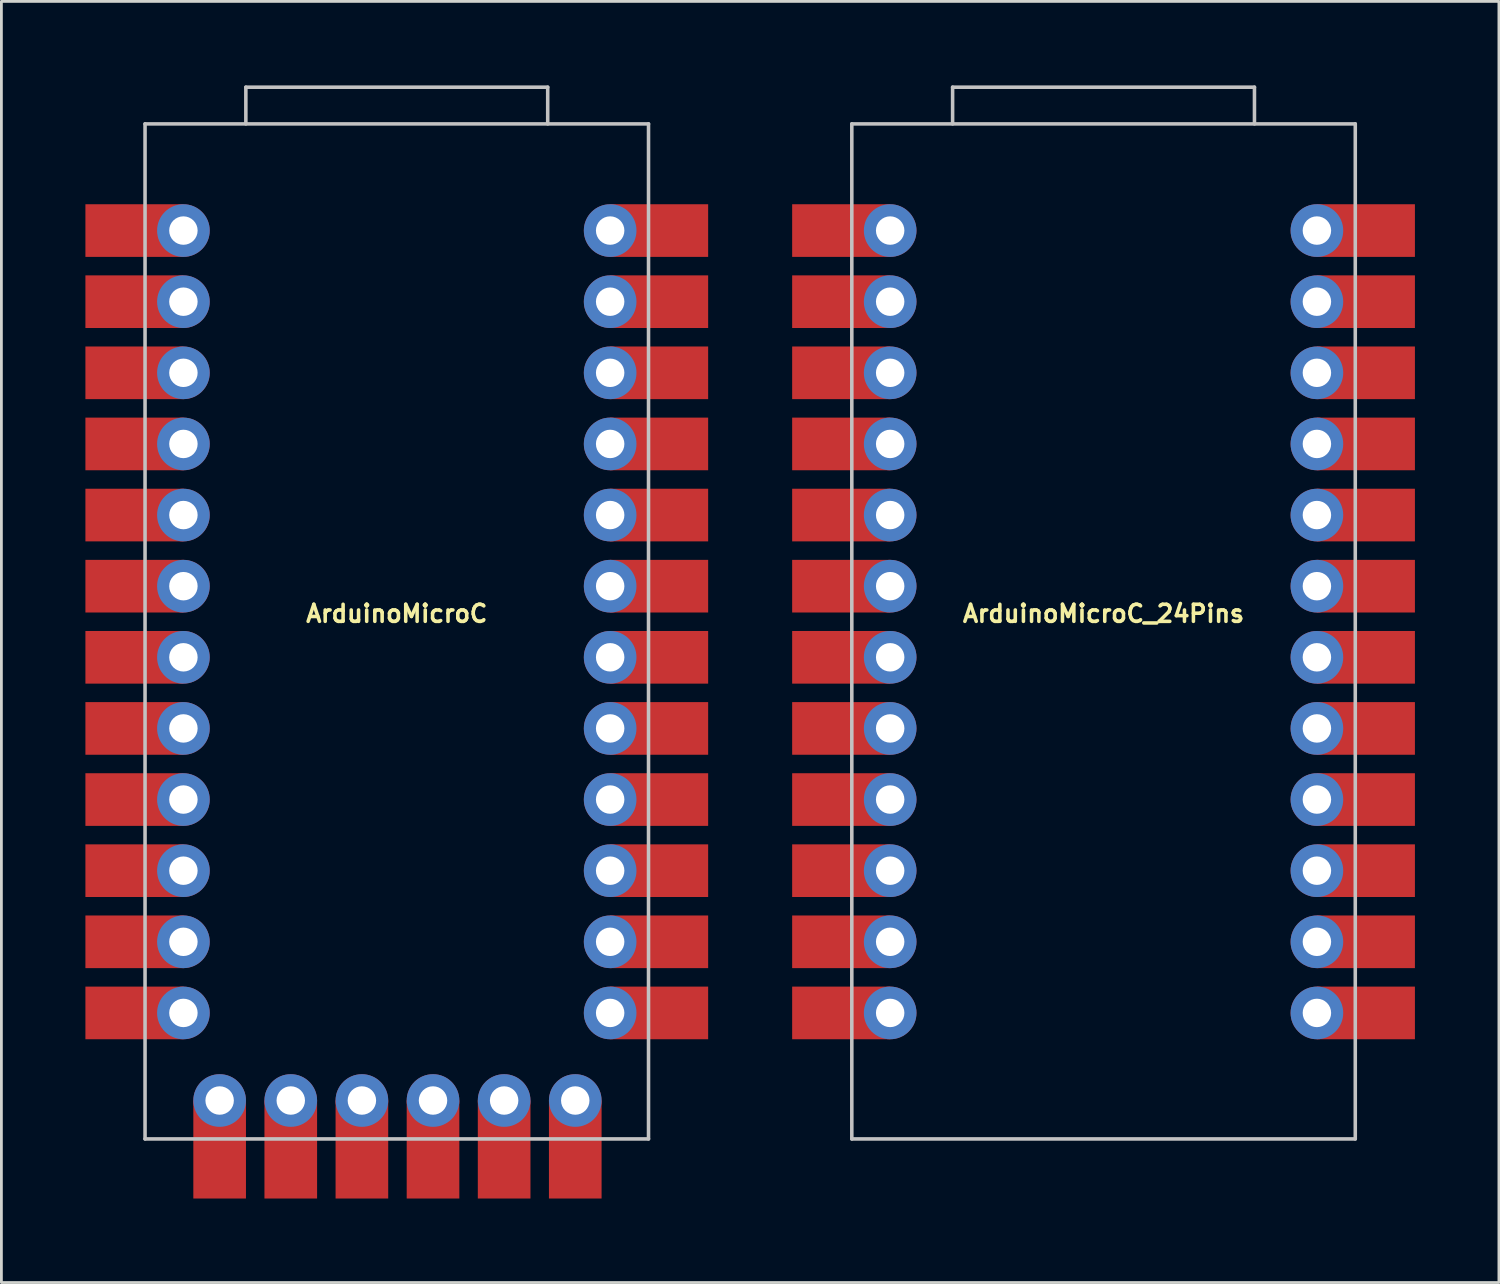
<source format=kicad_pcb>
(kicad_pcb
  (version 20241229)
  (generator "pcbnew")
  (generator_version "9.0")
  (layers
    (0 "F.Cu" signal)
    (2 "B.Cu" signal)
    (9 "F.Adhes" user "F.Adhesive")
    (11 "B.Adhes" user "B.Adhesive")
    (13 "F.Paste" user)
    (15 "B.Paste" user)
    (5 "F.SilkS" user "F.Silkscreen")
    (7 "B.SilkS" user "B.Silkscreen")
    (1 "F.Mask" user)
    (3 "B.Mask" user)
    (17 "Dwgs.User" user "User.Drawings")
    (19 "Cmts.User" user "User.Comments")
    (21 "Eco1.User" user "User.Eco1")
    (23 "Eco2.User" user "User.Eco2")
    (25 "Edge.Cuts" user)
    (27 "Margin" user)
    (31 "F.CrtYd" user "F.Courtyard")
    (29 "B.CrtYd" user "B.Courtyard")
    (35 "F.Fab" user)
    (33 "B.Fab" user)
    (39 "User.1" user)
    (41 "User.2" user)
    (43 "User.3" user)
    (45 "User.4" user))
  (footprint "ArduinoMicroC"
    (layer "F.Cu")
    (at 11.12 19.499)
    (property "Reference" "ArduinoMicroC" (at 0 -0.635 0) (layer "F.SilkS") (effects (font (size 0.61 0.61) (thickness 0.127))))
    (attr exclude_from_pos_files exclude_from_bom)
    (fp_line (start -8.99 -18.125) (end -8.99 18.125) (stroke (width 0.127) (type solid)) (layer "Dwgs.User"))
    (fp_line (start -8.99 18.125) (end 8.99 18.125) (stroke (width 0.127) (type solid)) (layer "Dwgs.User"))
    (fp_line (start -5.39 -19.435) (end -5.39 -18.125) (stroke (width 0.127) (type solid)) (layer "Dwgs.User"))
    (fp_line (start -5.39 -19.435) (end 5.39 -19.435) (stroke (width 0.127) (type solid)) (layer "Dwgs.User"))
    (fp_line (start 5.39 -19.435) (end 5.39 -18.125) (stroke (width 0.127) (type solid)) (layer "Dwgs.User"))
    (fp_line (start 8.99 -18.125) (end -8.99 -18.125) (stroke (width 0.127) (type solid)) (layer "Dwgs.User"))
    (fp_line (start 8.99 -18.125) (end 8.99 18.125) (stroke (width 0.127) (type solid)) (layer "Dwgs.User"))
    (pad "1" smd rect (at -9.37 -14.315 90) (size 1.88 3.5) (layers "F.Cu" "F.Mask" "F.Paste"))
    (pad "1" thru_hole circle (at -7.62 -14.315) (size 1.88 1.88) (drill 1.016) (layers "*.Cu" "*.Mask"))
    (pad "2" smd rect (at -9.37 -11.775 90) (size 1.88 3.5) (layers "F.Cu" "F.Mask" "F.Paste"))
    (pad "2" thru_hole circle (at -7.62 -11.775) (size 1.88 1.88) (drill 1.016) (layers "*.Cu" "*.Mask"))
    (pad "3" smd rect (at -9.37 -9.235 90) (size 1.88 3.5) (layers "F.Cu" "F.Mask" "F.Paste"))
    (pad "3" thru_hole circle (at -7.62 -9.235) (size 1.88 1.88) (drill 1.016) (layers "*.Cu" "*.Mask"))
    (pad "4" smd rect (at -9.37 -6.695 90) (size 1.88 3.5) (layers "F.Cu" "F.Mask" "F.Paste"))
    (pad "4" thru_hole circle (at -7.62 -6.695) (size 1.88 1.88) (drill 1.016) (layers "*.Cu" "*.Mask"))
    (pad "5" smd rect (at -9.37 -4.155 90) (size 1.88 3.5) (layers "F.Cu" "F.Mask" "F.Paste"))
    (pad "5" thru_hole circle (at -7.62 -4.155) (size 1.88 1.88) (drill 1.016) (layers "*.Cu" "*.Mask"))
    (pad "6" smd rect (at -9.37 -1.615 90) (size 1.88 3.5) (layers "F.Cu" "F.Mask" "F.Paste"))
    (pad "6" thru_hole circle (at -7.62 -1.615) (size 1.88 1.88) (drill 1.016) (layers "*.Cu" "*.Mask"))
    (pad "7" smd rect (at -9.37 0.925 90) (size 1.88 3.5) (layers "F.Cu" "F.Mask" "F.Paste"))
    (pad "7" thru_hole circle (at -7.62 0.925) (size 1.88 1.88) (drill 1.016) (layers "*.Cu" "*.Mask"))
    (pad "8" smd rect (at -9.37 3.465 90) (size 1.88 3.5) (layers "F.Cu" "F.Mask" "F.Paste"))
    (pad "8" thru_hole circle (at -7.62 3.465) (size 1.88 1.88) (drill 1.016) (layers "*.Cu" "*.Mask"))
    (pad "9" smd rect (at -9.37 6.005 90) (size 1.88 3.5) (layers "F.Cu" "F.Mask" "F.Paste"))
    (pad "9" thru_hole circle (at -7.62 6.005) (size 1.88 1.88) (drill 1.016) (layers "*.Cu" "*.Mask"))
    (pad "10" smd rect (at -9.37 8.545 90) (size 1.88 3.5) (layers "F.Cu" "F.Mask" "F.Paste"))
    (pad "10" thru_hole circle (at -7.62 8.545) (size 1.88 1.88) (drill 1.016) (layers "*.Cu" "*.Mask"))
    (pad "11" smd rect (at -9.37 11.085 90) (size 1.88 3.5) (layers "F.Cu" "F.Mask" "F.Paste"))
    (pad "11" thru_hole circle (at -7.62 11.085) (size 1.88 1.88) (drill 1.016) (layers "*.Cu" "*.Mask"))
    (pad "12" smd rect (at -9.37 13.625 90) (size 1.88 3.5) (layers "F.Cu" "F.Mask" "F.Paste"))
    (pad "12" thru_hole circle (at -7.62 13.625) (size 1.88 1.88) (drill 1.016) (layers "*.Cu" "*.Mask"))
    (pad "13" thru_hole circle (at 7.62 13.625) (size 1.88 1.88) (drill 1.016) (layers "*.Cu" "*.Mask"))
    (pad "13" smd rect (at 9.37 13.625 90) (size 1.88 3.5) (layers "F.Cu" "F.Mask" "F.Paste"))
    (pad "14" thru_hole circle (at 7.62 11.085) (size 1.88 1.88) (drill 1.016) (layers "*.Cu" "*.Mask"))
    (pad "14" smd rect (at 9.37 11.085 90) (size 1.88 3.5) (layers "F.Cu" "F.Mask" "F.Paste"))
    (pad "15" thru_hole circle (at 7.62 8.545) (size 1.88 1.88) (drill 1.016) (layers "*.Cu" "*.Mask"))
    (pad "15" smd rect (at 9.37 8.545 90) (size 1.88 3.5) (layers "F.Cu" "F.Mask" "F.Paste"))
    (pad "16" thru_hole circle (at 7.62 6.005) (size 1.88 1.88) (drill 1.016) (layers "*.Cu" "*.Mask"))
    (pad "16" smd rect (at 9.37 6.005 90) (size 1.88 3.5) (layers "F.Cu" "F.Mask" "F.Paste"))
    (pad "17" thru_hole circle (at 7.62 3.465) (size 1.88 1.88) (drill 1.016) (layers "*.Cu" "*.Mask"))
    (pad "17" smd rect (at 9.37 3.465 90) (size 1.88 3.5) (layers "F.Cu" "F.Mask" "F.Paste"))
    (pad "18" thru_hole circle (at 7.62 0.925) (size 1.88 1.88) (drill 1.016) (layers "*.Cu" "*.Mask"))
    (pad "18" smd rect (at 9.37 0.925 90) (size 1.88 3.5) (layers "F.Cu" "F.Mask" "F.Paste"))
    (pad "19" thru_hole circle (at 7.62 -1.615) (size 1.88 1.88) (drill 1.016) (layers "*.Cu" "*.Mask"))
    (pad "19" smd rect (at 9.37 -1.615 90) (size 1.88 3.5) (layers "F.Cu" "F.Mask" "F.Paste"))
    (pad "20" thru_hole circle (at 7.62 -4.155) (size 1.88 1.88) (drill 1.016) (layers "*.Cu" "*.Mask"))
    (pad "20" smd rect (at 9.37 -4.155 90) (size 1.88 3.5) (layers "F.Cu" "F.Mask" "F.Paste"))
    (pad "21" thru_hole circle (at 7.62 -6.695) (size 1.88 1.88) (drill 1.016) (layers "*.Cu" "*.Mask"))
    (pad "21" smd rect (at 9.37 -6.695 90) (size 1.88 3.5) (layers "F.Cu" "F.Mask" "F.Paste"))
    (pad "22" thru_hole circle (at 7.62 -9.235) (size 1.88 1.88) (drill 1.016) (layers "*.Cu" "*.Mask"))
    (pad "22" smd rect (at 9.37 -9.235 90) (size 1.88 3.5) (layers "F.Cu" "F.Mask" "F.Paste"))
    (pad "23" thru_hole circle (at 7.62 -11.775) (size 1.88 1.88) (drill 1.016) (layers "*.Cu" "*.Mask"))
    (pad "23" smd rect (at 9.37 -11.775 90) (size 1.88 3.5) (layers "F.Cu" "F.Mask" "F.Paste"))
    (pad "24" thru_hole circle (at 7.62 -14.315) (size 1.88 1.88) (drill 1.016) (layers "*.Cu" "*.Mask"))
    (pad "24" smd rect (at 9.37 -14.315 90) (size 1.88 3.5) (layers "F.Cu" "F.Mask" "F.Paste"))
    (pad "25" thru_hole circle (at -6.326 16.753 90) (size 1.88 1.88) (drill 1.016) (layers "*.Cu" "*.Mask"))
    (pad "25" smd rect (at -6.326 18.503 90) (size 3.5 1.88) (layers "F.Cu" "F.Mask" "F.Paste"))
    (pad "26" thru_hole circle (at -3.786 16.753 90) (size 1.88 1.88) (drill 1.016) (layers "*.Cu" "*.Mask"))
    (pad "26" smd rect (at -3.786 18.503 90) (size 3.5 1.88) (layers "F.Cu" "F.Mask" "F.Paste"))
    (pad "27" thru_hole circle (at -1.246 16.753 90) (size 1.88 1.88) (drill 1.016) (layers "*.Cu" "*.Mask"))
    (pad "27" smd rect (at -1.246 18.503 90) (size 3.5 1.88) (layers "F.Cu" "F.Mask" "F.Paste"))
    (pad "28" thru_hole circle (at 1.294 16.753 90) (size 1.88 1.88) (drill 1.016) (layers "*.Cu" "*.Mask"))
    (pad "28" smd rect (at 1.294 18.503 90) (size 3.5 1.88) (layers "F.Cu" "F.Mask" "F.Paste"))
    (pad "29" thru_hole circle (at 3.834 16.753 90) (size 1.88 1.88) (drill 1.016) (layers "*.Cu" "*.Mask"))
    (pad "29" smd rect (at 3.834 18.503 90) (size 3.5 1.88) (layers "F.Cu" "F.Mask" "F.Paste"))
    (pad "30" thru_hole circle (at 6.374 16.753 90) (size 1.88 1.88) (drill 1.016) (layers "*.Cu" "*.Mask"))
    (pad "30" smd rect (at 6.374 18.503 90) (size 3.5 1.88) (layers "F.Cu" "F.Mask" "F.Paste")))
  (footprint "ArduinoMicroC_24Pins"
    (layer "F.Cu")
    (at 36.36 19.499)
    (property "Reference" "ArduinoMicroC_24Pins" (at 0 -0.635 0) (layer "F.SilkS") (effects (font (size 0.61 0.61) (thickness 0.127))))
    (attr exclude_from_pos_files exclude_from_bom)
    (fp_line (start -8.99 -18.125) (end -8.99 18.125) (stroke (width 0.127) (type solid)) (layer "Dwgs.User"))
    (fp_line (start -8.99 18.125) (end 8.99 18.125) (stroke (width 0.127) (type solid)) (layer "Dwgs.User"))
    (fp_line (start -5.39 -19.435) (end -5.39 -18.125) (stroke (width 0.127) (type solid)) (layer "Dwgs.User"))
    (fp_line (start -5.39 -19.435) (end 5.39 -19.435) (stroke (width 0.127) (type solid)) (layer "Dwgs.User"))
    (fp_line (start 5.39 -19.435) (end 5.39 -18.125) (stroke (width 0.127) (type solid)) (layer "Dwgs.User"))
    (fp_line (start 8.99 -18.125) (end -8.99 -18.125) (stroke (width 0.127) (type solid)) (layer "Dwgs.User"))
    (fp_line (start 8.99 -18.125) (end 8.99 18.125) (stroke (width 0.127) (type solid)) (layer "Dwgs.User"))
    (pad "1" smd rect (at -9.37 -14.315 90) (size 1.88 3.5) (layers "F.Cu" "F.Mask" "F.Paste"))
    (pad "1" thru_hole circle (at -7.62 -14.315) (size 1.88 1.88) (drill 1.016) (layers "*.Cu" "*.Mask"))
    (pad "2" smd rect (at -9.37 -11.775 90) (size 1.88 3.5) (layers "F.Cu" "F.Mask" "F.Paste"))
    (pad "2" thru_hole circle (at -7.62 -11.775) (size 1.88 1.88) (drill 1.016) (layers "*.Cu" "*.Mask"))
    (pad "3" smd rect (at -9.37 -9.235 90) (size 1.88 3.5) (layers "F.Cu" "F.Mask" "F.Paste"))
    (pad "3" thru_hole circle (at -7.62 -9.235) (size 1.88 1.88) (drill 1.016) (layers "*.Cu" "*.Mask"))
    (pad "4" smd rect (at -9.37 -6.695 90) (size 1.88 3.5) (layers "F.Cu" "F.Mask" "F.Paste"))
    (pad "4" thru_hole circle (at -7.62 -6.695) (size 1.88 1.88) (drill 1.016) (layers "*.Cu" "*.Mask"))
    (pad "5" smd rect (at -9.37 -4.155 90) (size 1.88 3.5) (layers "F.Cu" "F.Mask" "F.Paste"))
    (pad "5" thru_hole circle (at -7.62 -4.155) (size 1.88 1.88) (drill 1.016) (layers "*.Cu" "*.Mask"))
    (pad "6" smd rect (at -9.37 -1.615 90) (size 1.88 3.5) (layers "F.Cu" "F.Mask" "F.Paste"))
    (pad "6" thru_hole circle (at -7.62 -1.615) (size 1.88 1.88) (drill 1.016) (layers "*.Cu" "*.Mask"))
    (pad "7" smd rect (at -9.37 0.925 90) (size 1.88 3.5) (layers "F.Cu" "F.Mask" "F.Paste"))
    (pad "7" thru_hole circle (at -7.62 0.925) (size 1.88 1.88) (drill 1.016) (layers "*.Cu" "*.Mask"))
    (pad "8" smd rect (at -9.37 3.465 90) (size 1.88 3.5) (layers "F.Cu" "F.Mask" "F.Paste"))
    (pad "8" thru_hole circle (at -7.62 3.465) (size 1.88 1.88) (drill 1.016) (layers "*.Cu" "*.Mask"))
    (pad "9" smd rect (at -9.37 6.005 90) (size 1.88 3.5) (layers "F.Cu" "F.Mask" "F.Paste"))
    (pad "9" thru_hole circle (at -7.62 6.005) (size 1.88 1.88) (drill 1.016) (layers "*.Cu" "*.Mask"))
    (pad "10" smd rect (at -9.37 8.545 90) (size 1.88 3.5) (layers "F.Cu" "F.Mask" "F.Paste"))
    (pad "10" thru_hole circle (at -7.62 8.545) (size 1.88 1.88) (drill 1.016) (layers "*.Cu" "*.Mask"))
    (pad "11" smd rect (at -9.37 11.085 90) (size 1.88 3.5) (layers "F.Cu" "F.Mask" "F.Paste"))
    (pad "11" thru_hole circle (at -7.62 11.085) (size 1.88 1.88) (drill 1.016) (layers "*.Cu" "*.Mask"))
    (pad "12" smd rect (at -9.37 13.625 90) (size 1.88 3.5) (layers "F.Cu" "F.Mask" "F.Paste"))
    (pad "12" thru_hole circle (at -7.62 13.625) (size 1.88 1.88) (drill 1.016) (layers "*.Cu" "*.Mask"))
    (pad "13" thru_hole circle (at 7.62 13.625) (size 1.88 1.88) (drill 1.016) (layers "*.Cu" "*.Mask"))
    (pad "13" smd rect (at 9.37 13.625 90) (size 1.88 3.5) (layers "F.Cu" "F.Mask" "F.Paste"))
    (pad "14" thru_hole circle (at 7.62 11.085) (size 1.88 1.88) (drill 1.016) (layers "*.Cu" "*.Mask"))
    (pad "14" smd rect (at 9.37 11.085 90) (size 1.88 3.5) (layers "F.Cu" "F.Mask" "F.Paste"))
    (pad "15" thru_hole circle (at 7.62 8.545) (size 1.88 1.88) (drill 1.016) (layers "*.Cu" "*.Mask"))
    (pad "15" smd rect (at 9.37 8.545 90) (size 1.88 3.5) (layers "F.Cu" "F.Mask" "F.Paste"))
    (pad "16" thru_hole circle (at 7.62 6.005) (size 1.88 1.88) (drill 1.016) (layers "*.Cu" "*.Mask"))
    (pad "16" smd rect (at 9.37 6.005 90) (size 1.88 3.5) (layers "F.Cu" "F.Mask" "F.Paste"))
    (pad "17" thru_hole circle (at 7.62 3.465) (size 1.88 1.88) (drill 1.016) (layers "*.Cu" "*.Mask"))
    (pad "17" smd rect (at 9.37 3.465 90) (size 1.88 3.5) (layers "F.Cu" "F.Mask" "F.Paste"))
    (pad "18" thru_hole circle (at 7.62 0.925) (size 1.88 1.88) (drill 1.016) (layers "*.Cu" "*.Mask"))
    (pad "18" smd rect (at 9.37 0.925 90) (size 1.88 3.5) (layers "F.Cu" "F.Mask" "F.Paste"))
    (pad "19" thru_hole circle (at 7.62 -1.615) (size 1.88 1.88) (drill 1.016) (layers "*.Cu" "*.Mask"))
    (pad "19" smd rect (at 9.37 -1.615 90) (size 1.88 3.5) (layers "F.Cu" "F.Mask" "F.Paste"))
    (pad "20" thru_hole circle (at 7.62 -4.155) (size 1.88 1.88) (drill 1.016) (layers "*.Cu" "*.Mask"))
    (pad "20" smd rect (at 9.37 -4.155 90) (size 1.88 3.5) (layers "F.Cu" "F.Mask" "F.Paste"))
    (pad "21" thru_hole circle (at 7.62 -6.695) (size 1.88 1.88) (drill 1.016) (layers "*.Cu" "*.Mask"))
    (pad "21" smd rect (at 9.37 -6.695 90) (size 1.88 3.5) (layers "F.Cu" "F.Mask" "F.Paste"))
    (pad "22" thru_hole circle (at 7.62 -9.235) (size 1.88 1.88) (drill 1.016) (layers "*.Cu" "*.Mask"))
    (pad "22" smd rect (at 9.37 -9.235 90) (size 1.88 3.5) (layers "F.Cu" "F.Mask" "F.Paste"))
    (pad "23" thru_hole circle (at 7.62 -11.775) (size 1.88 1.88) (drill 1.016) (layers "*.Cu" "*.Mask"))
    (pad "23" smd rect (at 9.37 -11.775 90) (size 1.88 3.5) (layers "F.Cu" "F.Mask" "F.Paste"))
    (pad "24" thru_hole circle (at 7.62 -14.315) (size 1.88 1.88) (drill 1.016) (layers "*.Cu" "*.Mask"))
    (pad "24" smd rect (at 9.37 -14.315 90) (size 1.88 3.5) (layers "F.Cu" "F.Mask" "F.Paste")))
  (gr_rect
    (start -3 -3)
    (end 50.48 42.752)
    (stroke (width 0.1) (type default))
    (fill no)
    (layer "Edge.Cuts")))
</source>
